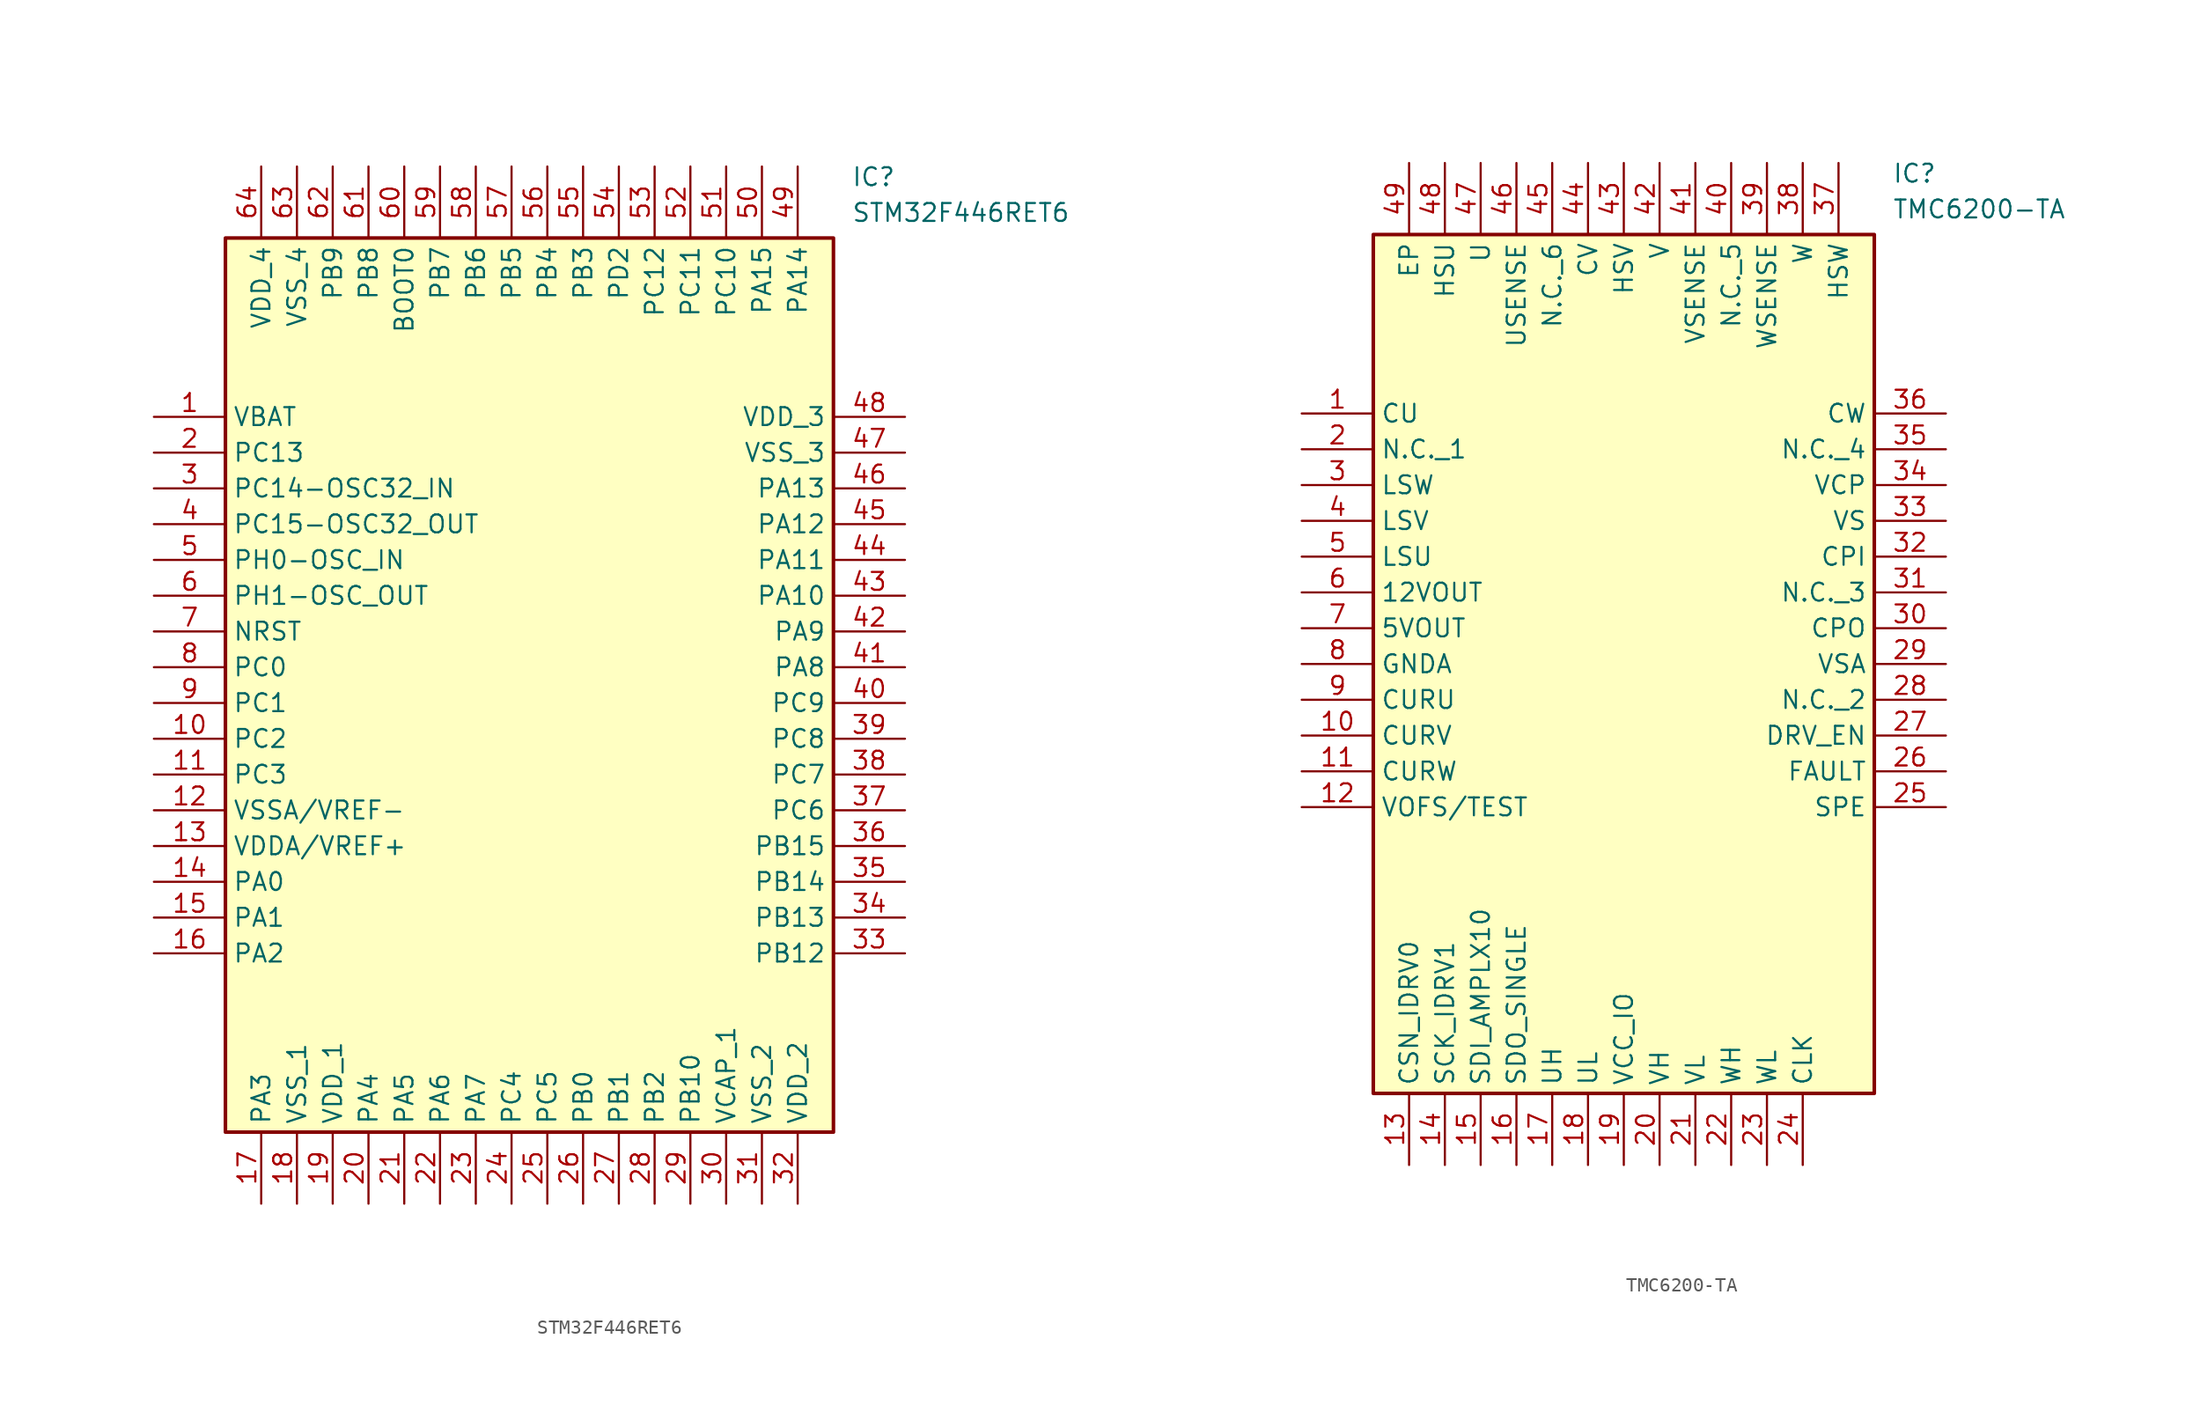
<source format=kicad_sym>
(kicad_symbol_lib
  (version 20231120)
  (generator "kicad_symbol_editor")
  (generator_version "8.0")
  (symbol "STM32F446RET6"
    (property "Reference" "IC"
      (at 49.53 17.78 0)
      (effects (font (size 1.27 1.27)) (justify left top)))
    (property "Value" "STM32F446RET6"
      (at 49.53 15.24 0)
      (effects (font (size 1.27 1.27)) (justify left top)))
    (symbol "STM32F446RET6_1_1"
      (rectangle (start 5.08 12.7) (end 48.26 -50.8) (stroke (width 0.254) (type default)) (fill (type background)))
      (pin passive line (at 0 0 0) (length 5.08) (name "VBAT" (effects (font (size 1.27 1.27)))) (number "1" (effects (font (size 1.27 1.27)))))
      (pin passive line (at 0 -22.86 0) (length 5.08) (name "PC2" (effects (font (size 1.27 1.27)))) (number "10" (effects (font (size 1.27 1.27)))))
      (pin passive line (at 0 -25.4 0) (length 5.08) (name "PC3" (effects (font (size 1.27 1.27)))) (number "11" (effects (font (size 1.27 1.27)))))
      (pin passive line (at 0 -27.94 0) (length 5.08) (name "VSSA/VREF-" (effects (font (size 1.27 1.27)))) (number "12" (effects (font (size 1.27 1.27)))))
      (pin passive line (at 0 -30.48 0) (length 5.08) (name "VDDA/VREF+" (effects (font (size 1.27 1.27)))) (number "13" (effects (font (size 1.27 1.27)))))
      (pin passive line (at 0 -33.02 0) (length 5.08) (name "PA0" (effects (font (size 1.27 1.27)))) (number "14" (effects (font (size 1.27 1.27)))))
      (pin passive line (at 0 -35.56 0) (length 5.08) (name "PA1" (effects (font (size 1.27 1.27)))) (number "15" (effects (font (size 1.27 1.27)))))
      (pin passive line (at 0 -38.1 0) (length 5.08) (name "PA2" (effects (font (size 1.27 1.27)))) (number "16" (effects (font (size 1.27 1.27)))))
      (pin passive line (at 7.62 -55.88 90) (length 5.08) (name "PA3" (effects (font (size 1.27 1.27)))) (number "17" (effects (font (size 1.27 1.27)))))
      (pin passive line (at 10.16 -55.88 90) (length 5.08) (name "VSS_1" (effects (font (size 1.27 1.27)))) (number "18" (effects (font (size 1.27 1.27)))))
      (pin passive line (at 12.7 -55.88 90) (length 5.08) (name "VDD_1" (effects (font (size 1.27 1.27)))) (number "19" (effects (font (size 1.27 1.27)))))
      (pin passive line (at 0 -2.54 0) (length 5.08) (name "PC13" (effects (font (size 1.27 1.27)))) (number "2" (effects (font (size 1.27 1.27)))))
      (pin passive line (at 15.24 -55.88 90) (length 5.08) (name "PA4" (effects (font (size 1.27 1.27)))) (number "20" (effects (font (size 1.27 1.27)))))
      (pin passive line (at 17.78 -55.88 90) (length 5.08) (name "PA5" (effects (font (size 1.27 1.27)))) (number "21" (effects (font (size 1.27 1.27)))))
      (pin passive line (at 20.32 -55.88 90) (length 5.08) (name "PA6" (effects (font (size 1.27 1.27)))) (number "22" (effects (font (size 1.27 1.27)))))
      (pin passive line (at 22.86 -55.88 90) (length 5.08) (name "PA7" (effects (font (size 1.27 1.27)))) (number "23" (effects (font (size 1.27 1.27)))))
      (pin passive line (at 25.4 -55.88 90) (length 5.08) (name "PC4" (effects (font (size 1.27 1.27)))) (number "24" (effects (font (size 1.27 1.27)))))
      (pin passive line (at 27.94 -55.88 90) (length 5.08) (name "PC5" (effects (font (size 1.27 1.27)))) (number "25" (effects (font (size 1.27 1.27)))))
      (pin passive line (at 30.48 -55.88 90) (length 5.08) (name "PB0" (effects (font (size 1.27 1.27)))) (number "26" (effects (font (size 1.27 1.27)))))
      (pin passive line (at 33.02 -55.88 90) (length 5.08) (name "PB1" (effects (font (size 1.27 1.27)))) (number "27" (effects (font (size 1.27 1.27)))))
      (pin passive line (at 35.56 -55.88 90) (length 5.08) (name "PB2" (effects (font (size 1.27 1.27)))) (number "28" (effects (font (size 1.27 1.27)))))
      (pin passive line (at 38.1 -55.88 90) (length 5.08) (name "PB10" (effects (font (size 1.27 1.27)))) (number "29" (effects (font (size 1.27 1.27)))))
      (pin passive line (at 0 -5.08 0) (length 5.08) (name "PC14-OSC32_IN" (effects (font (size 1.27 1.27)))) (number "3" (effects (font (size 1.27 1.27)))))
      (pin passive line (at 40.64 -55.88 90) (length 5.08) (name "VCAP_1" (effects (font (size 1.27 1.27)))) (number "30" (effects (font (size 1.27 1.27)))))
      (pin passive line (at 43.18 -55.88 90) (length 5.08) (name "VSS_2" (effects (font (size 1.27 1.27)))) (number "31" (effects (font (size 1.27 1.27)))))
      (pin passive line (at 45.72 -55.88 90) (length 5.08) (name "VDD_2" (effects (font (size 1.27 1.27)))) (number "32" (effects (font (size 1.27 1.27)))))
      (pin passive line (at 53.34 -38.1 180) (length 5.08) (name "PB12" (effects (font (size 1.27 1.27)))) (number "33" (effects (font (size 1.27 1.27)))))
      (pin passive line (at 53.34 -35.56 180) (length 5.08) (name "PB13" (effects (font (size 1.27 1.27)))) (number "34" (effects (font (size 1.27 1.27)))))
      (pin passive line (at 53.34 -33.02 180) (length 5.08) (name "PB14" (effects (font (size 1.27 1.27)))) (number "35" (effects (font (size 1.27 1.27)))))
      (pin passive line (at 53.34 -30.48 180) (length 5.08) (name "PB15" (effects (font (size 1.27 1.27)))) (number "36" (effects (font (size 1.27 1.27)))))
      (pin passive line (at 53.34 -27.94 180) (length 5.08) (name "PC6" (effects (font (size 1.27 1.27)))) (number "37" (effects (font (size 1.27 1.27)))))
      (pin passive line (at 53.34 -25.4 180) (length 5.08) (name "PC7" (effects (font (size 1.27 1.27)))) (number "38" (effects (font (size 1.27 1.27)))))
      (pin passive line (at 53.34 -22.86 180) (length 5.08) (name "PC8" (effects (font (size 1.27 1.27)))) (number "39" (effects (font (size 1.27 1.27)))))
      (pin passive line (at 0 -7.62 0) (length 5.08) (name "PC15-OSC32_OUT" (effects (font (size 1.27 1.27)))) (number "4" (effects (font (size 1.27 1.27)))))
      (pin passive line (at 53.34 -20.32 180) (length 5.08) (name "PC9" (effects (font (size 1.27 1.27)))) (number "40" (effects (font (size 1.27 1.27)))))
      (pin passive line (at 53.34 -17.78 180) (length 5.08) (name "PA8" (effects (font (size 1.27 1.27)))) (number "41" (effects (font (size 1.27 1.27)))))
      (pin passive line (at 53.34 -15.24 180) (length 5.08) (name "PA9" (effects (font (size 1.27 1.27)))) (number "42" (effects (font (size 1.27 1.27)))))
      (pin passive line (at 53.34 -12.7 180) (length 5.08) (name "PA10" (effects (font (size 1.27 1.27)))) (number "43" (effects (font (size 1.27 1.27)))))
      (pin passive line (at 53.34 -10.16 180) (length 5.08) (name "PA11" (effects (font (size 1.27 1.27)))) (number "44" (effects (font (size 1.27 1.27)))))
      (pin passive line (at 53.34 -7.62 180) (length 5.08) (name "PA12" (effects (font (size 1.27 1.27)))) (number "45" (effects (font (size 1.27 1.27)))))
      (pin passive line (at 53.34 -5.08 180) (length 5.08) (name "PA13" (effects (font (size 1.27 1.27)))) (number "46" (effects (font (size 1.27 1.27)))))
      (pin passive line (at 53.34 -2.54 180) (length 5.08) (name "VSS_3" (effects (font (size 1.27 1.27)))) (number "47" (effects (font (size 1.27 1.27)))))
      (pin passive line (at 53.34 0 180) (length 5.08) (name "VDD_3" (effects (font (size 1.27 1.27)))) (number "48" (effects (font (size 1.27 1.27)))))
      (pin passive line (at 45.72 17.78 270) (length 5.08) (name "PA14" (effects (font (size 1.27 1.27)))) (number "49" (effects (font (size 1.27 1.27)))))
      (pin passive line (at 0 -10.16 0) (length 5.08) (name "PH0-OSC_IN" (effects (font (size 1.27 1.27)))) (number "5" (effects (font (size 1.27 1.27)))))
      (pin passive line (at 43.18 17.78 270) (length 5.08) (name "PA15" (effects (font (size 1.27 1.27)))) (number "50" (effects (font (size 1.27 1.27)))))
      (pin passive line (at 40.64 17.78 270) (length 5.08) (name "PC10" (effects (font (size 1.27 1.27)))) (number "51" (effects (font (size 1.27 1.27)))))
      (pin passive line (at 38.1 17.78 270) (length 5.08) (name "PC11" (effects (font (size 1.27 1.27)))) (number "52" (effects (font (size 1.27 1.27)))))
      (pin passive line (at 35.56 17.78 270) (length 5.08) (name "PC12" (effects (font (size 1.27 1.27)))) (number "53" (effects (font (size 1.27 1.27)))))
      (pin passive line (at 33.02 17.78 270) (length 5.08) (name "PD2" (effects (font (size 1.27 1.27)))) (number "54" (effects (font (size 1.27 1.27)))))
      (pin passive line (at 30.48 17.78 270) (length 5.08) (name "PB3" (effects (font (size 1.27 1.27)))) (number "55" (effects (font (size 1.27 1.27)))))
      (pin passive line (at 27.94 17.78 270) (length 5.08) (name "PB4" (effects (font (size 1.27 1.27)))) (number "56" (effects (font (size 1.27 1.27)))))
      (pin passive line (at 25.4 17.78 270) (length 5.08) (name "PB5" (effects (font (size 1.27 1.27)))) (number "57" (effects (font (size 1.27 1.27)))))
      (pin passive line (at 22.86 17.78 270) (length 5.08) (name "PB6" (effects (font (size 1.27 1.27)))) (number "58" (effects (font (size 1.27 1.27)))))
      (pin passive line (at 20.32 17.78 270) (length 5.08) (name "PB7" (effects (font (size 1.27 1.27)))) (number "59" (effects (font (size 1.27 1.27)))))
      (pin passive line (at 0 -12.7 0) (length 5.08) (name "PH1-OSC_OUT" (effects (font (size 1.27 1.27)))) (number "6" (effects (font (size 1.27 1.27)))))
      (pin passive line (at 17.78 17.78 270) (length 5.08) (name "BOOT0" (effects (font (size 1.27 1.27)))) (number "60" (effects (font (size 1.27 1.27)))))
      (pin passive line (at 15.24 17.78 270) (length 5.08) (name "PB8" (effects (font (size 1.27 1.27)))) (number "61" (effects (font (size 1.27 1.27)))))
      (pin passive line (at 12.7 17.78 270) (length 5.08) (name "PB9" (effects (font (size 1.27 1.27)))) (number "62" (effects (font (size 1.27 1.27)))))
      (pin passive line (at 10.16 17.78 270) (length 5.08) (name "VSS_4" (effects (font (size 1.27 1.27)))) (number "63" (effects (font (size 1.27 1.27)))))
      (pin passive line (at 7.62 17.78 270) (length 5.08) (name "VDD_4" (effects (font (size 1.27 1.27)))) (number "64" (effects (font (size 1.27 1.27)))))
      (pin passive line (at 0 -15.24 0) (length 5.08) (name "NRST" (effects (font (size 1.27 1.27)))) (number "7" (effects (font (size 1.27 1.27)))))
      (pin passive line (at 0 -17.78 0) (length 5.08) (name "PC0" (effects (font (size 1.27 1.27)))) (number "8" (effects (font (size 1.27 1.27)))))
      (pin passive line (at 0 -20.32 0) (length 5.08) (name "PC1" (effects (font (size 1.27 1.27)))) (number "9" (effects (font (size 1.27 1.27)))))))
  (symbol "TMC6200-TA"
    (property "Reference" "IC"
      (at 41.91 17.78 0)
      (effects (font (size 1.27 1.27)) (justify left top)))
    (property "Value" "TMC6200-TA"
      (at 41.91 15.24 0)
      (effects (font (size 1.27 1.27)) (justify left top)))
    (rectangle
      (start 5.08 12.7)
      (end 40.64 -48.26)
      (stroke (width 0.254) (type default))
      (fill (type background)))
    (pin passive line
      (at 0 0 0)
      (length 5.08)
      (name "CU" (effects (font (size 1.27 1.27))))
      (number "1" (effects (font (size 1.27 1.27)))))
    (pin passive line
      (at 0 -2.54 0)
      (length 5.08)
      (name "N.C._1" (effects (font (size 1.27 1.27))))
      (number "2" (effects (font (size 1.27 1.27)))))
    (pin passive line
      (at 0 -5.08 0)
      (length 5.08)
      (name "LSW" (effects (font (size 1.27 1.27))))
      (number "3" (effects (font (size 1.27 1.27)))))
    (pin passive line
      (at 0 -7.62 0)
      (length 5.08)
      (name "LSV" (effects (font (size 1.27 1.27))))
      (number "4" (effects (font (size 1.27 1.27)))))
    (pin passive line
      (at 0 -10.16 0)
      (length 5.08)
      (name "LSU" (effects (font (size 1.27 1.27))))
      (number "5" (effects (font (size 1.27 1.27)))))
    (pin passive line
      (at 0 -12.7 0)
      (length 5.08)
      (name "12VOUT" (effects (font (size 1.27 1.27))))
      (number "6" (effects (font (size 1.27 1.27)))))
    (pin passive line
      (at 0 -15.24 0)
      (length 5.08)
      (name "5VOUT" (effects (font (size 1.27 1.27))))
      (number "7" (effects (font (size 1.27 1.27)))))
    (pin passive line
      (at 0 -17.78 0)
      (length 5.08)
      (name "GNDA" (effects (font (size 1.27 1.27))))
      (number "8" (effects (font (size 1.27 1.27)))))
    (pin passive line
      (at 0 -20.32 0)
      (length 5.08)
      (name "CURU" (effects (font (size 1.27 1.27))))
      (number "9" (effects (font (size 1.27 1.27)))))
    (pin passive line
      (at 0 -22.86 0)
      (length 5.08)
      (name "CURV" (effects (font (size 1.27 1.27))))
      (number "10" (effects (font (size 1.27 1.27)))))
    (pin passive line
      (at 0 -25.4 0)
      (length 5.08)
      (name "CURW" (effects (font (size 1.27 1.27))))
      (number "11" (effects (font (size 1.27 1.27)))))
    (pin passive line
      (at 0 -27.94 0)
      (length 5.08)
      (name "VOFS/TEST" (effects (font (size 1.27 1.27))))
      (number "12" (effects (font (size 1.27 1.27)))))
    (pin passive line
      (at 7.62 -53.34 90)
      (length 5.08)
      (name "CSN_IDRV0" (effects (font (size 1.27 1.27))))
      (number "13" (effects (font (size 1.27 1.27)))))
    (pin passive line
      (at 10.16 -53.34 90)
      (length 5.08)
      (name "SCK_IDRV1" (effects (font (size 1.27 1.27))))
      (number "14" (effects (font (size 1.27 1.27)))))
    (pin passive line
      (at 12.7 -53.34 90)
      (length 5.08)
      (name "SDI_AMPLX10" (effects (font (size 1.27 1.27))))
      (number "15" (effects (font (size 1.27 1.27)))))
    (pin passive line
      (at 15.24 -53.34 90)
      (length 5.08)
      (name "SDO_SINGLE" (effects (font (size 1.27 1.27))))
      (number "16" (effects (font (size 1.27 1.27)))))
    (pin passive line
      (at 17.78 -53.34 90)
      (length 5.08)
      (name "UH" (effects (font (size 1.27 1.27))))
      (number "17" (effects (font (size 1.27 1.27)))))
    (pin passive line
      (at 20.32 -53.34 90)
      (length 5.08)
      (name "UL" (effects (font (size 1.27 1.27))))
      (number "18" (effects (font (size 1.27 1.27)))))
    (pin passive line
      (at 22.86 -53.34 90)
      (length 5.08)
      (name "VCC_IO" (effects (font (size 1.27 1.27))))
      (number "19" (effects (font (size 1.27 1.27)))))
    (pin passive line
      (at 25.4 -53.34 90)
      (length 5.08)
      (name "VH" (effects (font (size 1.27 1.27))))
      (number "20" (effects (font (size 1.27 1.27)))))
    (pin passive line
      (at 27.94 -53.34 90)
      (length 5.08)
      (name "VL" (effects (font (size 1.27 1.27))))
      (number "21" (effects (font (size 1.27 1.27)))))
    (pin passive line
      (at 30.48 -53.34 90)
      (length 5.08)
      (name "WH" (effects (font (size 1.27 1.27))))
      (number "22" (effects (font (size 1.27 1.27)))))
    (pin passive line
      (at 33.02 -53.34 90)
      (length 5.08)
      (name "WL" (effects (font (size 1.27 1.27))))
      (number "23" (effects (font (size 1.27 1.27)))))
    (pin passive line
      (at 35.56 -53.34 90)
      (length 5.08)
      (name "CLK" (effects (font (size 1.27 1.27))))
      (number "24" (effects (font (size 1.27 1.27)))))
    (pin passive line
      (at 45.72 0 180)
      (length 5.08)
      (name "CW" (effects (font (size 1.27 1.27))))
      (number "36" (effects (font (size 1.27 1.27)))))
    (pin passive line
      (at 45.72 -2.54 180)
      (length 5.08)
      (name "N.C._4" (effects (font (size 1.27 1.27))))
      (number "35" (effects (font (size 1.27 1.27)))))
    (pin passive line
      (at 45.72 -5.08 180)
      (length 5.08)
      (name "VCP" (effects (font (size 1.27 1.27))))
      (number "34" (effects (font (size 1.27 1.27)))))
    (pin passive line
      (at 45.72 -7.62 180)
      (length 5.08)
      (name "VS" (effects (font (size 1.27 1.27))))
      (number "33" (effects (font (size 1.27 1.27)))))
    (pin passive line
      (at 45.72 -10.16 180)
      (length 5.08)
      (name "CPI" (effects (font (size 1.27 1.27))))
      (number "32" (effects (font (size 1.27 1.27)))))
    (pin passive line
      (at 45.72 -12.7 180)
      (length 5.08)
      (name "N.C._3" (effects (font (size 1.27 1.27))))
      (number "31" (effects (font (size 1.27 1.27)))))
    (pin passive line
      (at 45.72 -15.24 180)
      (length 5.08)
      (name "CPO" (effects (font (size 1.27 1.27))))
      (number "30" (effects (font (size 1.27 1.27)))))
    (pin passive line
      (at 45.72 -17.78 180)
      (length 5.08)
      (name "VSA" (effects (font (size 1.27 1.27))))
      (number "29" (effects (font (size 1.27 1.27)))))
    (pin passive line
      (at 45.72 -20.32 180)
      (length 5.08)
      (name "N.C._2" (effects (font (size 1.27 1.27))))
      (number "28" (effects (font (size 1.27 1.27)))))
    (pin passive line
      (at 45.72 -22.86 180)
      (length 5.08)
      (name "DRV_EN" (effects (font (size 1.27 1.27))))
      (number "27" (effects (font (size 1.27 1.27)))))
    (pin passive line
      (at 45.72 -25.4 180)
      (length 5.08)
      (name "FAULT" (effects (font (size 1.27 1.27))))
      (number "26" (effects (font (size 1.27 1.27)))))
    (pin passive line
      (at 45.72 -27.94 180)
      (length 5.08)
      (name "SPE" (effects (font (size 1.27 1.27))))
      (number "25" (effects (font (size 1.27 1.27)))))
    (pin passive line
      (at 7.62 17.78 270)
      (length 5.08)
      (name "EP" (effects (font (size 1.27 1.27))))
      (number "49" (effects (font (size 1.27 1.27)))))
    (pin passive line
      (at 10.16 17.78 270)
      (length 5.08)
      (name "HSU" (effects (font (size 1.27 1.27))))
      (number "48" (effects (font (size 1.27 1.27)))))
    (pin passive line
      (at 12.7 17.78 270)
      (length 5.08)
      (name "U" (effects (font (size 1.27 1.27))))
      (number "47" (effects (font (size 1.27 1.27)))))
    (pin passive line
      (at 15.24 17.78 270)
      (length 5.08)
      (name "USENSE" (effects (font (size 1.27 1.27))))
      (number "46" (effects (font (size 1.27 1.27)))))
    (pin passive line
      (at 17.78 17.78 270)
      (length 5.08)
      (name "N.C._6" (effects (font (size 1.27 1.27))))
      (number "45" (effects (font (size 1.27 1.27)))))
    (pin passive line
      (at 20.32 17.78 270)
      (length 5.08)
      (name "CV" (effects (font (size 1.27 1.27))))
      (number "44" (effects (font (size 1.27 1.27)))))
    (pin passive line
      (at 22.86 17.78 270)
      (length 5.08)
      (name "HSV" (effects (font (size 1.27 1.27))))
      (number "43" (effects (font (size 1.27 1.27)))))
    (pin passive line
      (at 25.4 17.78 270)
      (length 5.08)
      (name "V" (effects (font (size 1.27 1.27))))
      (number "42" (effects (font (size 1.27 1.27)))))
    (pin passive line
      (at 27.94 17.78 270)
      (length 5.08)
      (name "VSENSE" (effects (font (size 1.27 1.27))))
      (number "41" (effects (font (size 1.27 1.27)))))
    (pin passive line
      (at 30.48 17.78 270)
      (length 5.08)
      (name "N.C._5" (effects (font (size 1.27 1.27))))
      (number "40" (effects (font (size 1.27 1.27)))))
    (pin passive line
      (at 33.02 17.78 270)
      (length 5.08)
      (name "WSENSE" (effects (font (size 1.27 1.27))))
      (number "39" (effects (font (size 1.27 1.27)))))
    (pin passive line
      (at 35.56 17.78 270)
      (length 5.08)
      (name "W" (effects (font (size 1.27 1.27))))
      (number "38" (effects (font (size 1.27 1.27)))))
    (pin passive line
      (at 38.1 17.78 270)
      (length 5.08)
      (name "HSW" (effects (font (size 1.27 1.27))))
      (number "37" (effects (font (size 1.27 1.27)))))))
</source>
